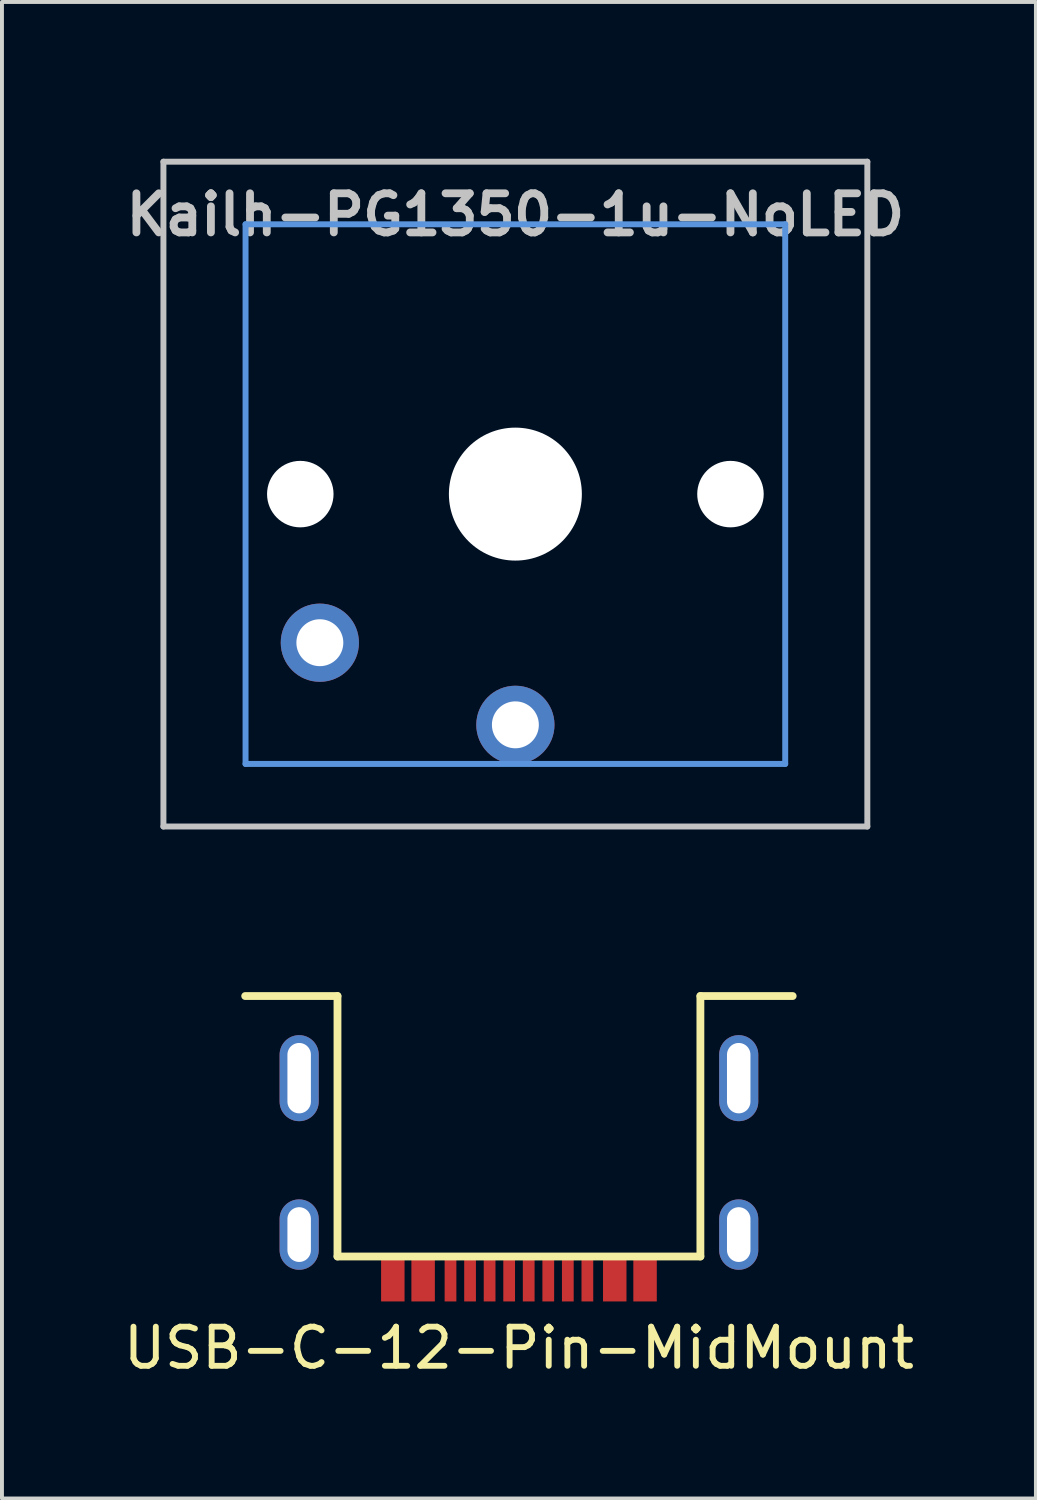
<source format=kicad_pcb>
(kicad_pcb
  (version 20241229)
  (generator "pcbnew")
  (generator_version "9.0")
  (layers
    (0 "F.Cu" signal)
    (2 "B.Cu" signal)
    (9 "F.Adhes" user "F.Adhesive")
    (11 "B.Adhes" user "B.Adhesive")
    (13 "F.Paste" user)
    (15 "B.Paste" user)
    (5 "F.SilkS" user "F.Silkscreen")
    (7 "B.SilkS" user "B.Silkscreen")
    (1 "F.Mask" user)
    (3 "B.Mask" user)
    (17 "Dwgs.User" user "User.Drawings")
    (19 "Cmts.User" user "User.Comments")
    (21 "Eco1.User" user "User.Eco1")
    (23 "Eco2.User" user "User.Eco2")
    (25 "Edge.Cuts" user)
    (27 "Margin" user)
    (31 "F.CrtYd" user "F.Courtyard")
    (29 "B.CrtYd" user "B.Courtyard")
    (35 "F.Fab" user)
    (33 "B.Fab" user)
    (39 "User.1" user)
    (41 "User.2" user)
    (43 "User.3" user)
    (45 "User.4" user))
  (footprint "USB-C-12-Pin-MidMount"
    (layer "F.Cu")
    (at 10.22 22.42)
    (property "Reference" "USB-C-12-Pin-MidMount" (at 0 9 0) (layer "F.SilkS") (effects (font (size 1 1) (thickness 0.15))))
    (attr through_hole)
    (fp_line (start -7 0) (end -4.64 0) (stroke (width 0.2) (type solid)) (layer "F.SilkS"))
    (fp_line (start -4.64 6.66) (end -4.64 0) (stroke (width 0.2) (type solid)) (layer "F.SilkS"))
    (fp_line (start -4.64 6.66) (end 4.64 6.66) (stroke (width 0.2) (type solid)) (layer "F.SilkS"))
    (fp_line (start 4.64 6.66) (end 4.64 0) (stroke (width 0.2) (type solid)) (layer "F.SilkS"))
    (fp_line (start 7 0) (end 4.64 0) (stroke (width 0.2) (type solid)) (layer "F.SilkS"))
    (pad "1" smd rect (at 3.225 7.235) (size 0.6 1.15) (layers "F.Cu" "F.Mask" "F.Paste"))
    (pad "2" smd rect (at 2.45 7.235) (size 0.6 1.15) (layers "F.Cu" "F.Mask" "F.Paste"))
    (pad "3" smd rect (at 1.75 7.235) (size 0.3 1.15) (layers "F.Cu" "F.Mask" "F.Paste"))
    (pad "4" smd rect (at 1.25 7.235) (size 0.3 1.15) (layers "F.Cu" "F.Mask" "F.Paste"))
    (pad "5" smd rect (at 0.75 7.235) (size 0.3 1.15) (layers "F.Cu" "F.Mask" "F.Paste"))
    (pad "6" smd rect (at 0.25 7.235) (size 0.3 1.15) (layers "F.Cu" "F.Mask" "F.Paste"))
    (pad "7" smd rect (at -0.25 7.235) (size 0.3 1.15) (layers "F.Cu" "F.Mask" "F.Paste"))
    (pad "8" smd rect (at -0.75 7.235) (size 0.3 1.15) (layers "F.Cu" "F.Mask" "F.Paste"))
    (pad "9" smd rect (at -1.25 7.235) (size 0.3 1.15) (layers "F.Cu" "F.Mask" "F.Paste"))
    (pad "10" smd rect (at -1.75 7.235) (size 0.3 1.15) (layers "F.Cu" "F.Mask" "F.Paste"))
    (pad "11" smd rect (at -2.45 7.235) (size 0.6 1.15) (layers "F.Cu" "F.Mask" "F.Paste"))
    (pad "12" smd rect (at -3.225 7.235) (size 0.6 1.15) (layers "F.Cu" "F.Mask" "F.Paste"))
    (pad "13" thru_hole oval (at -5.62 2.1) (size 1 2.2) (drill oval 0.6 1.8) (layers "*.Cu" "*.Mask"))
    (pad "13" thru_hole oval (at -5.62 6.1) (size 1 1.8) (drill oval 0.6 1.4) (layers "*.Cu" "*.Mask"))
    (pad "13" thru_hole oval (at 5.62 2.1) (size 1 2.2) (drill oval 0.6 1.8) (layers "*.Cu" "*.Mask"))
    (pad "13" thru_hole oval (at 5.62 6.1) (size 1 1.8) (drill oval 0.6 1.4) (layers "*.Cu" "*.Mask")))
  (footprint "Kailh-PG1350-1u-NoLED"
    (layer "F.Cu")
    (at 10.129 9.585)
    (property "Reference" "Kailh-PG1350-1u-NoLED" (at 0 -7.144 180) (layer "Dwgs.User") (effects (font (size 1 1) (thickness 0.2))))
    (attr through_hole)
    (fp_line (start -9 -8.5) (end 9 -8.5) (stroke (width 0.152) (type solid)) (layer "Dwgs.User"))
    (fp_line (start -9 8.5) (end -9 -8.5) (stroke (width 0.152) (type solid)) (layer "Dwgs.User"))
    (fp_line (start 9 -8.5) (end 9 8.5) (stroke (width 0.152) (type solid)) (layer "Dwgs.User"))
    (fp_line (start 9 8.5) (end -9 8.5) (stroke (width 0.152) (type solid)) (layer "Dwgs.User"))
    (fp_line (start -6.9 -6.9) (end 6.9 -6.9) (stroke (width 0.152) (type solid)) (layer "Cmts.User"))
    (fp_line (start -6.9 6.9) (end -6.9 -6.9) (stroke (width 0.152) (type solid)) (layer "Cmts.User"))
    (fp_line (start 6.9 -6.9) (end 6.9 6.9) (stroke (width 0.152) (type solid)) (layer "Cmts.User"))
    (fp_line (start 6.9 6.9) (end -6.9 6.9) (stroke (width 0.152) (type solid)) (layer "Cmts.User"))
    (fp_line (start -9.525 -9.525) (end -9.525 9.525) (stroke (width 0.12) (type solid)) (layer "Eco1.User"))
    (fp_line (start -9.525 -9.525) (end 9.525 -9.525) (stroke (width 0.12) (type solid)) (layer "Eco1.User"))
    (fp_line (start -9.525 9.525) (end 9.525 9.525) (stroke (width 0.12) (type solid)) (layer "Eco1.User"))
    (fp_line (start 9.525 -9.525) (end 9.525 9.525) (stroke (width 0.12) (type solid)) (layer "Eco1.User"))
    (fp_line (start -7.5 -7.5) (end 7.5 -7.5) (stroke (width 0.152) (type solid)) (layer "Eco2.User"))
    (fp_line (start -7.5 7.5) (end -7.5 -7.5) (stroke (width 0.152) (type solid)) (layer "Eco2.User"))
    (fp_line (start 7.5 -7.5) (end 7.5 7.5) (stroke (width 0.152) (type solid)) (layer "Eco2.User"))
    (fp_line (start 7.5 7.5) (end -7.5 7.5) (stroke (width 0.152) (type solid)) (layer "Eco2.User"))
    (pad "" np_thru_hole circle (at -5.5 0 180) (size 1.7 1.7) (drill 1.7) (layers "*.Cu" "*.Mask"))
    (pad "" np_thru_hole circle (at 0 0 180) (size 3.4 3.4) (drill 3.4) (layers "*.Cu" "*.Mask"))
    (pad "" np_thru_hole circle (at 5.5 0 180) (size 1.7 1.7) (drill 1.7) (layers "*.Cu" "*.Mask"))
    (pad "1" thru_hole circle (at 0 5.9 180) (size 2 2) (drill 1.2) (layers "*.Cu" "*.Mask"))
    (pad "2" thru_hole circle (at -5 3.8 41.9) (size 2 2) (drill 1.2) (layers "*.Cu" "*.Mask")))
  (gr_rect
    (start -3 -3)
    (end 23.44 35.268)
    (stroke (width 0.1) (type default))
    (fill no)
    (layer "Edge.Cuts")))
</source>
